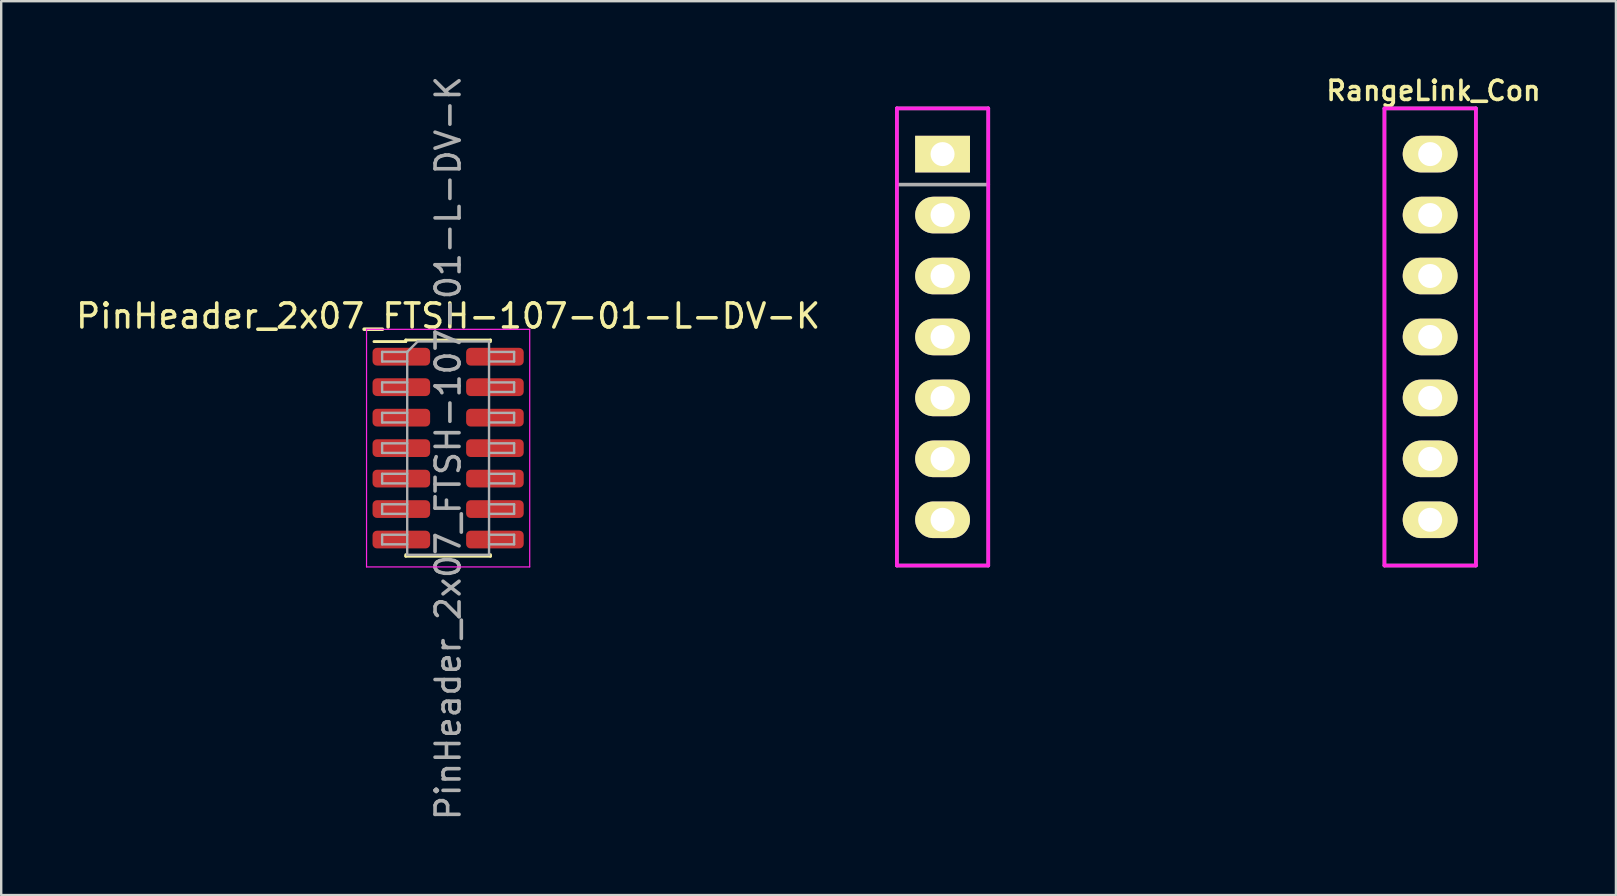
<source format=kicad_pcb>
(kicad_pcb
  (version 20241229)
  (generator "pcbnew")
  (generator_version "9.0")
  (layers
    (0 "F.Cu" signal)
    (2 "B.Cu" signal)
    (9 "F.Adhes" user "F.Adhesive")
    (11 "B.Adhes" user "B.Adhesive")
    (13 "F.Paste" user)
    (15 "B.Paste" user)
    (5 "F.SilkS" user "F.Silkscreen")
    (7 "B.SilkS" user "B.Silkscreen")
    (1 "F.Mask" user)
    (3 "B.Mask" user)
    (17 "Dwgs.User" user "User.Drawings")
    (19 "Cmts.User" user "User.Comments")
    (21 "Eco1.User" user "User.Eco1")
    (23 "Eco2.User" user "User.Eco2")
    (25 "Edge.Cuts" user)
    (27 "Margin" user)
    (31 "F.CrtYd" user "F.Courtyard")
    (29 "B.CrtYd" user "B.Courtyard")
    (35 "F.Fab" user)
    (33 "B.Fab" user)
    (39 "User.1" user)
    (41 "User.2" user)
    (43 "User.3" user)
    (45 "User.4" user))
  (footprint "RangeLink_Con"
    (layer "F.Cu")
    (at 46.39 10.992)
    (property "Reference" "RangeLink_Con" (at 10.3 -10.261 0) (layer "F.SilkS") (effects (font (size 0.8 0.8) (thickness 0.15))))
    (attr through_hole)
    (fp_line (start -12.065 -9.525) (end -8.255 -9.525) (stroke (width 0.15) (type solid)) (layer "F.CrtYd"))
    (fp_line (start -12.065 9.525) (end -12.065 -9.525) (stroke (width 0.15) (type solid)) (layer "F.CrtYd"))
    (fp_line (start -8.255 -9.525) (end -8.255 9.525) (stroke (width 0.15) (type solid)) (layer "F.CrtYd"))
    (fp_line (start -8.255 9.525) (end -12.065 9.525) (stroke (width 0.15) (type solid)) (layer "F.CrtYd"))
    (fp_line (start 8.255 -9.525) (end 12.065 -9.525) (stroke (width 0.15) (type solid)) (layer "F.CrtYd"))
    (fp_line (start 8.255 9.525) (end 8.255 -9.525) (stroke (width 0.15) (type solid)) (layer "F.CrtYd"))
    (fp_line (start 12.065 -9.525) (end 12.065 9.525) (stroke (width 0.15) (type solid)) (layer "F.CrtYd"))
    (fp_line (start 12.065 9.525) (end 8.255 9.525) (stroke (width 0.15) (type solid)) (layer "F.CrtYd"))
    (fp_line (start -12.065 -9.525) (end -8.255 -9.525) (stroke (width 0.15) (type solid)) (layer "F.Fab"))
    (fp_line (start -12.065 9.525) (end -12.065 -9.525) (stroke (width 0.15) (type solid)) (layer "F.Fab"))
    (fp_line (start -8.255 -9.525) (end -8.255 9.525) (stroke (width 0.15) (type solid)) (layer "F.Fab"))
    (fp_line (start -8.255 -6.35) (end -12.065 -6.35) (stroke (width 0.15) (type solid)) (layer "F.Fab"))
    (fp_line (start -8.255 9.525) (end -12.065 9.525) (stroke (width 0.15) (type solid)) (layer "F.Fab"))
    (fp_line (start 8.255 -9.525) (end 12.065 -9.525) (stroke (width 0.15) (type solid)) (layer "F.Fab"))
    (fp_line (start 8.255 9.525) (end 8.255 -9.525) (stroke (width 0.15) (type solid)) (layer "F.Fab"))
    (fp_line (start 12.065 -9.525) (end 12.065 9.525) (stroke (width 0.15) (type solid)) (layer "F.Fab"))
    (fp_line (start 12.065 9.525) (end 8.255 9.525) (stroke (width 0.15) (type solid)) (layer "F.Fab"))
    (pad "1" thru_hole rect (at -10.16 -7.62 270) (size 1.524 2.286) (drill 1) (layers "*.Cu" "*.Mask" "F.SilkS"))
    (pad "2" thru_hole oval (at -10.16 -5.08 270) (size 1.524 2.286) (drill 1) (layers "*.Cu" "*.Mask" "F.SilkS"))
    (pad "3" thru_hole oval (at -10.16 -2.54 270) (size 1.524 2.286) (drill 1) (layers "*.Cu" "*.Mask" "F.SilkS"))
    (pad "4" thru_hole oval (at -10.16 0 270) (size 1.524 2.286) (drill 1) (layers "*.Cu" "*.Mask" "F.SilkS"))
    (pad "5" thru_hole oval (at -10.16 2.54 270) (size 1.524 2.286) (drill 1) (layers "*.Cu" "*.Mask" "F.SilkS"))
    (pad "6" thru_hole oval (at -10.16 5.08 270) (size 1.524 2.286) (drill 1) (layers "*.Cu" "*.Mask" "F.SilkS"))
    (pad "7" thru_hole oval (at -10.16 7.62 270) (size 1.524 2.286) (drill 1) (layers "*.Cu" "*.Mask" "F.SilkS"))
    (pad "8" thru_hole oval (at 10.16 7.62 270) (size 1.524 2.286) (drill 1) (layers "*.Cu" "*.Mask" "F.SilkS"))
    (pad "9" thru_hole oval (at 10.16 5.08 270) (size 1.524 2.286) (drill 1) (layers "*.Cu" "*.Mask" "F.SilkS"))
    (pad "10" thru_hole oval (at 10.16 2.54 270) (size 1.524 2.286) (drill 1) (layers "*.Cu" "*.Mask" "F.SilkS"))
    (pad "11" thru_hole oval (at 10.16 0 270) (size 1.524 2.286) (drill 1) (layers "*.Cu" "*.Mask" "F.SilkS"))
    (pad "12" thru_hole oval (at 10.16 -2.54 270) (size 1.524 2.286) (drill 1) (layers "*.Cu" "*.Mask" "F.SilkS"))
    (pad "13" thru_hole oval (at 10.16 -5.08 270) (size 1.524 2.286) (drill 1) (layers "*.Cu" "*.Mask" "F.SilkS"))
    (pad "14" thru_hole oval (at 10.16 -7.62 270) (size 1.524 2.286) (drill 1) (layers "*.Cu" "*.Mask" "F.SilkS")))
  (footprint "PinHeader_2x07_FTSH-107-01-L-DV-K"
    (layer "F.Cu")
    (at 15.625 15.625)
    (property "Reference" "PinHeader_2x07_FTSH-107-01-L-DV-K" (at 0 -5.505 0) (layer "F.SilkS") (effects (font (size 1 1) (thickness 0.15))))
    (attr smd)
    (fp_line (start -3.09 -4.44) (end -1.765 -4.44) (stroke (width 0.12) (type solid)) (layer "F.SilkS"))
    (fp_line (start -1.765 -4.505) (end -1.765 -4.44) (stroke (width 0.12) (type solid)) (layer "F.SilkS"))
    (fp_line (start -1.765 -4.505) (end 1.765 -4.505) (stroke (width 0.12) (type solid)) (layer "F.SilkS"))
    (fp_line (start -1.765 4.44) (end -1.765 4.505) (stroke (width 0.12) (type solid)) (layer "F.SilkS"))
    (fp_line (start -1.765 4.505) (end 1.765 4.505) (stroke (width 0.12) (type solid)) (layer "F.SilkS"))
    (fp_line (start 1.765 -4.505) (end 1.765 -4.44) (stroke (width 0.12) (type solid)) (layer "F.SilkS"))
    (fp_line (start 1.765 4.44) (end 1.765 4.505) (stroke (width 0.12) (type solid)) (layer "F.SilkS"))
    (fp_line (start -3.4 -4.95) (end -3.4 4.95) (stroke (width 0.05) (type solid)) (layer "F.CrtYd"))
    (fp_line (start -3.4 4.95) (end 3.4 4.95) (stroke (width 0.05) (type solid)) (layer "F.CrtYd"))
    (fp_line (start 3.4 -4.95) (end -3.4 -4.95) (stroke (width 0.05) (type solid)) (layer "F.CrtYd"))
    (fp_line (start 3.4 4.95) (end 3.4 -4.95) (stroke (width 0.05) (type solid)) (layer "F.CrtYd"))
    (fp_line (start -2.75 -4.01) (end -2.75 -3.61) (stroke (width 0.1) (type solid)) (layer "F.Fab"))
    (fp_line (start -2.75 -3.61) (end -1.705 -3.61) (stroke (width 0.1) (type solid)) (layer "F.Fab"))
    (fp_line (start -2.75 -2.74) (end -2.75 -2.34) (stroke (width 0.1) (type solid)) (layer "F.Fab"))
    (fp_line (start -2.75 -2.34) (end -1.705 -2.34) (stroke (width 0.1) (type solid)) (layer "F.Fab"))
    (fp_line (start -2.75 -1.47) (end -2.75 -1.07) (stroke (width 0.1) (type solid)) (layer "F.Fab"))
    (fp_line (start -2.75 -1.07) (end -1.705 -1.07) (stroke (width 0.1) (type solid)) (layer "F.Fab"))
    (fp_line (start -2.75 -0.2) (end -2.75 0.2) (stroke (width 0.1) (type solid)) (layer "F.Fab"))
    (fp_line (start -2.75 0.2) (end -1.705 0.2) (stroke (width 0.1) (type solid)) (layer "F.Fab"))
    (fp_line (start -2.75 1.07) (end -2.75 1.47) (stroke (width 0.1) (type solid)) (layer "F.Fab"))
    (fp_line (start -2.75 1.47) (end -1.705 1.47) (stroke (width 0.1) (type solid)) (layer "F.Fab"))
    (fp_line (start -2.75 2.34) (end -2.75 2.74) (stroke (width 0.1) (type solid)) (layer "F.Fab"))
    (fp_line (start -2.75 2.74) (end -1.705 2.74) (stroke (width 0.1) (type solid)) (layer "F.Fab"))
    (fp_line (start -2.75 3.61) (end -2.75 4.01) (stroke (width 0.1) (type solid)) (layer "F.Fab"))
    (fp_line (start -2.75 4.01) (end -1.705 4.01) (stroke (width 0.1) (type solid)) (layer "F.Fab"))
    (fp_line (start -1.705 -4.01) (end -2.75 -4.01) (stroke (width 0.1) (type solid)) (layer "F.Fab"))
    (fp_line (start -1.705 -4.01) (end -1.27 -4.445) (stroke (width 0.1) (type solid)) (layer "F.Fab"))
    (fp_line (start -1.705 -2.74) (end -2.75 -2.74) (stroke (width 0.1) (type solid)) (layer "F.Fab"))
    (fp_line (start -1.705 -1.47) (end -2.75 -1.47) (stroke (width 0.1) (type solid)) (layer "F.Fab"))
    (fp_line (start -1.705 -0.2) (end -2.75 -0.2) (stroke (width 0.1) (type solid)) (layer "F.Fab"))
    (fp_line (start -1.705 1.07) (end -2.75 1.07) (stroke (width 0.1) (type solid)) (layer "F.Fab"))
    (fp_line (start -1.705 2.34) (end -2.75 2.34) (stroke (width 0.1) (type solid)) (layer "F.Fab"))
    (fp_line (start -1.705 3.61) (end -2.75 3.61) (stroke (width 0.1) (type solid)) (layer "F.Fab"))
    (fp_line (start -1.705 4.445) (end -1.705 -4.01) (stroke (width 0.1) (type solid)) (layer "F.Fab"))
    (fp_line (start -1.27 -4.445) (end 1.705 -4.445) (stroke (width 0.1) (type solid)) (layer "F.Fab"))
    (fp_line (start 1.705 -4.445) (end 1.705 4.445) (stroke (width 0.1) (type solid)) (layer "F.Fab"))
    (fp_line (start 1.705 -4.01) (end 2.75 -4.01) (stroke (width 0.1) (type solid)) (layer "F.Fab"))
    (fp_line (start 1.705 -2.74) (end 2.75 -2.74) (stroke (width 0.1) (type solid)) (layer "F.Fab"))
    (fp_line (start 1.705 -1.47) (end 2.75 -1.47) (stroke (width 0.1) (type solid)) (layer "F.Fab"))
    (fp_line (start 1.705 -0.2) (end 2.75 -0.2) (stroke (width 0.1) (type solid)) (layer "F.Fab"))
    (fp_line (start 1.705 1.07) (end 2.75 1.07) (stroke (width 0.1) (type solid)) (layer "F.Fab"))
    (fp_line (start 1.705 2.34) (end 2.75 2.34) (stroke (width 0.1) (type solid)) (layer "F.Fab"))
    (fp_line (start 1.705 3.61) (end 2.75 3.61) (stroke (width 0.1) (type solid)) (layer "F.Fab"))
    (fp_line (start 1.705 4.445) (end -1.705 4.445) (stroke (width 0.1) (type solid)) (layer "F.Fab"))
    (fp_line (start 2.75 -4.01) (end 2.75 -3.61) (stroke (width 0.1) (type solid)) (layer "F.Fab"))
    (fp_line (start 2.75 -3.61) (end 1.705 -3.61) (stroke (width 0.1) (type solid)) (layer "F.Fab"))
    (fp_line (start 2.75 -2.74) (end 2.75 -2.34) (stroke (width 0.1) (type solid)) (layer "F.Fab"))
    (fp_line (start 2.75 -2.34) (end 1.705 -2.34) (stroke (width 0.1) (type solid)) (layer "F.Fab"))
    (fp_line (start 2.75 -1.47) (end 2.75 -1.07) (stroke (width 0.1) (type solid)) (layer "F.Fab"))
    (fp_line (start 2.75 -1.07) (end 1.705 -1.07) (stroke (width 0.1) (type solid)) (layer "F.Fab"))
    (fp_line (start 2.75 -0.2) (end 2.75 0.2) (stroke (width 0.1) (type solid)) (layer "F.Fab"))
    (fp_line (start 2.75 0.2) (end 1.705 0.2) (stroke (width 0.1) (type solid)) (layer "F.Fab"))
    (fp_line (start 2.75 1.07) (end 2.75 1.47) (stroke (width 0.1) (type solid)) (layer "F.Fab"))
    (fp_line (start 2.75 1.47) (end 1.705 1.47) (stroke (width 0.1) (type solid)) (layer "F.Fab"))
    (fp_line (start 2.75 2.34) (end 2.75 2.74) (stroke (width 0.1) (type solid)) (layer "F.Fab"))
    (fp_line (start 2.75 2.74) (end 1.705 2.74) (stroke (width 0.1) (type solid)) (layer "F.Fab"))
    (fp_line (start 2.75 3.61) (end 2.75 4.01) (stroke (width 0.1) (type solid)) (layer "F.Fab"))
    (fp_line (start 2.75 4.01) (end 1.705 4.01) (stroke (width 0.1) (type solid)) (layer "F.Fab"))
    (fp_text user "${REFERENCE}" (at 0 0 90) (layer "F.Fab") (effects (font (size 1 1) (thickness 0.15))))
    (pad "1" smd roundrect (at -1.95 -3.81) (size 2.4 0.74) (layers "F.Cu" "F.Mask" "F.Paste") (roundrect_rratio 0.25))
    (pad "2" smd roundrect (at 1.95 -3.81) (size 2.4 0.74) (layers "F.Cu" "F.Mask" "F.Paste") (roundrect_rratio 0.25))
    (pad "3" smd roundrect (at -1.95 -2.54) (size 2.4 0.74) (layers "F.Cu" "F.Mask" "F.Paste") (roundrect_rratio 0.25))
    (pad "4" smd roundrect (at 1.95 -2.54) (size 2.4 0.74) (layers "F.Cu" "F.Mask" "F.Paste") (roundrect_rratio 0.25))
    (pad "5" smd roundrect (at -1.95 -1.27) (size 2.4 0.74) (layers "F.Cu" "F.Mask" "F.Paste") (roundrect_rratio 0.25))
    (pad "6" smd roundrect (at 1.95 -1.27) (size 2.4 0.74) (layers "F.Cu" "F.Mask" "F.Paste") (roundrect_rratio 0.25))
    (pad "7" smd roundrect (at -1.95 0) (size 2.4 0.74) (layers "F.Cu" "F.Mask" "F.Paste") (roundrect_rratio 0.25))
    (pad "8" smd roundrect (at 1.95 0) (size 2.4 0.74) (layers "F.Cu" "F.Mask" "F.Paste") (roundrect_rratio 0.25))
    (pad "9" smd roundrect (at -1.95 1.27) (size 2.4 0.74) (layers "F.Cu" "F.Mask" "F.Paste") (roundrect_rratio 0.25))
    (pad "10" smd roundrect (at 1.95 1.27) (size 2.4 0.74) (layers "F.Cu" "F.Mask" "F.Paste") (roundrect_rratio 0.25))
    (pad "11" smd roundrect (at -1.95 2.54) (size 2.4 0.74) (layers "F.Cu" "F.Mask" "F.Paste") (roundrect_rratio 0.25))
    (pad "12" smd roundrect (at 1.95 2.54) (size 2.4 0.74) (layers "F.Cu" "F.Mask" "F.Paste") (roundrect_rratio 0.25))
    (pad "13" smd roundrect (at -1.95 3.81) (size 2.4 0.74) (layers "F.Cu" "F.Mask" "F.Paste") (roundrect_rratio 0.25))
    (pad "14" smd roundrect (at 1.95 3.81) (size 2.4 0.74) (layers "F.Cu" "F.Mask" "F.Paste") (roundrect_rratio 0.25)))
  (gr_rect
    (start -3 -3)
    (end 64.292 34.25)
    (stroke (width 0.1) (type default))
    (fill no)
    (layer "Edge.Cuts")))
</source>
